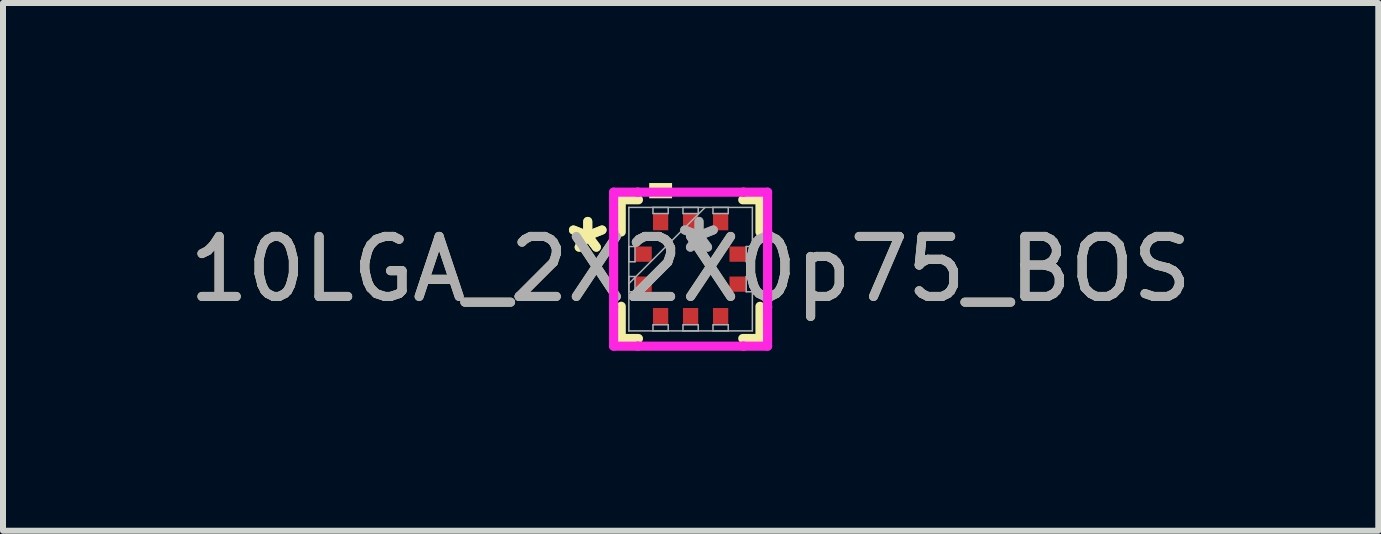
<source format=kicad_pcb>
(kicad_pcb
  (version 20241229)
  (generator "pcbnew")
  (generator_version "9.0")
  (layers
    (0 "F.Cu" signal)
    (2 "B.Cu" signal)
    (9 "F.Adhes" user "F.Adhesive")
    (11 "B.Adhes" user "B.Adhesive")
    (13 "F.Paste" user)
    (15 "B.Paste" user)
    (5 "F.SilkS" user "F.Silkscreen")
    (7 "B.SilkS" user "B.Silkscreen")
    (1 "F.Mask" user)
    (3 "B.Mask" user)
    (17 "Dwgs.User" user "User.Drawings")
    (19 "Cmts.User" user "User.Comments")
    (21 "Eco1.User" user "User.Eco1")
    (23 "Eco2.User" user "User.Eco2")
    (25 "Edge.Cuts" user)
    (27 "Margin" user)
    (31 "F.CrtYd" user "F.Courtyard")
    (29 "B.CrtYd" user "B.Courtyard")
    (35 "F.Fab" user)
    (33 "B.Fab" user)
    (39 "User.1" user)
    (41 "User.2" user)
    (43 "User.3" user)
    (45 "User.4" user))
  (footprint "10LGA_2X2X0p75_BOS"
    (layer "F.Cu")
    (at 8.458 1.435)
    (property "Reference" "10LGA_2X2X0p75_BOS" (at 0 0 0) (unlocked yes) (layer "F.SilkS") (effects (font (size 1 1) (thickness 0.15))))
    (attr smd)
    (fp_line (start -1.156 -1.156) (end -1.156 -0.619) (stroke (width 0.152) (type solid)) (layer "F.SilkS"))
    (fp_line (start -1.156 0.619) (end -1.156 1.156) (stroke (width 0.152) (type solid)) (layer "F.SilkS"))
    (fp_line (start -1.156 1.156) (end -0.869 1.156) (stroke (width 0.152) (type solid)) (layer "F.SilkS"))
    (fp_line (start -0.869 -1.156) (end -1.156 -1.156) (stroke (width 0.152) (type solid)) (layer "F.SilkS"))
    (fp_line (start 0.869 1.156) (end 1.156 1.156) (stroke (width 0.152) (type solid)) (layer "F.SilkS"))
    (fp_line (start 1.156 -1.156) (end 0.869 -1.156) (stroke (width 0.152) (type solid)) (layer "F.SilkS"))
    (fp_line (start 1.156 -0.619) (end 1.156 -1.156) (stroke (width 0.152) (type solid)) (layer "F.SilkS"))
    (fp_line (start 1.156 1.156) (end 1.156 0.619) (stroke (width 0.152) (type solid)) (layer "F.SilkS"))
    (fp_poly (pts (xy -0.69 -1.181) (xy -0.69 -1.435) (xy -0.309 -1.435) (xy -0.309 -1.181)) (stroke (width 0) (type solid)) (fill yes) (layer "F.SilkS"))
    (fp_line (start -1.283 -1.283) (end -0.881 -1.283) (stroke (width 0.152) (type solid)) (layer "F.CrtYd"))
    (fp_line (start -1.283 -0.631) (end -1.283 -1.283) (stroke (width 0.152) (type solid)) (layer "F.CrtYd"))
    (fp_line (start -1.283 -0.631) (end -1.283 -0.631) (stroke (width 0.152) (type solid)) (layer "F.CrtYd"))
    (fp_line (start -1.283 0.631) (end -1.283 -0.631) (stroke (width 0.152) (type solid)) (layer "F.CrtYd"))
    (fp_line (start -1.283 0.631) (end -1.283 0.631) (stroke (width 0.152) (type solid)) (layer "F.CrtYd"))
    (fp_line (start -1.283 1.283) (end -1.283 0.631) (stroke (width 0.152) (type solid)) (layer "F.CrtYd"))
    (fp_line (start -0.881 -1.283) (end -0.881 -1.283) (stroke (width 0.152) (type solid)) (layer "F.CrtYd"))
    (fp_line (start -0.881 -1.283) (end 0.881 -1.283) (stroke (width 0.152) (type solid)) (layer "F.CrtYd"))
    (fp_line (start -0.881 1.283) (end -1.283 1.283) (stroke (width 0.152) (type solid)) (layer "F.CrtYd"))
    (fp_line (start -0.881 1.283) (end -0.881 1.283) (stroke (width 0.152) (type solid)) (layer "F.CrtYd"))
    (fp_line (start 0.881 -1.283) (end 0.881 -1.283) (stroke (width 0.152) (type solid)) (layer "F.CrtYd"))
    (fp_line (start 0.881 -1.283) (end 1.283 -1.283) (stroke (width 0.152) (type solid)) (layer "F.CrtYd"))
    (fp_line (start 0.881 1.283) (end -0.881 1.283) (stroke (width 0.152) (type solid)) (layer "F.CrtYd"))
    (fp_line (start 0.881 1.283) (end 0.881 1.283) (stroke (width 0.152) (type solid)) (layer "F.CrtYd"))
    (fp_line (start 1.283 -1.283) (end 1.283 -0.631) (stroke (width 0.152) (type solid)) (layer "F.CrtYd"))
    (fp_line (start 1.283 -0.631) (end 1.283 -0.631) (stroke (width 0.152) (type solid)) (layer "F.CrtYd"))
    (fp_line (start 1.283 -0.631) (end 1.283 0.631) (stroke (width 0.152) (type solid)) (layer "F.CrtYd"))
    (fp_line (start 1.283 0.631) (end 1.283 0.631) (stroke (width 0.152) (type solid)) (layer "F.CrtYd"))
    (fp_line (start 1.283 0.631) (end 1.283 1.283) (stroke (width 0.152) (type solid)) (layer "F.CrtYd"))
    (fp_line (start 1.283 1.283) (end 0.881 1.283) (stroke (width 0.152) (type solid)) (layer "F.CrtYd"))
    (fp_line (start -1.029 -1.029) (end -1.029 1.029) (stroke (width 0.025) (type solid)) (layer "F.Fab"))
    (fp_line (start -1.029 -0.377) (end -0.927 -0.377) (stroke (width 0.025) (type solid)) (layer "F.Fab"))
    (fp_line (start -1.029 -0.123) (end -1.029 -0.377) (stroke (width 0.025) (type solid)) (layer "F.Fab"))
    (fp_line (start -1.029 0.123) (end -0.927 0.123) (stroke (width 0.025) (type solid)) (layer "F.Fab"))
    (fp_line (start -1.029 0.241) (end 0.241 -1.029) (stroke (width 0.025) (type solid)) (layer "F.Fab"))
    (fp_line (start -1.029 0.377) (end -1.029 0.123) (stroke (width 0.025) (type solid)) (layer "F.Fab"))
    (fp_line (start -1.029 1.029) (end 1.029 1.029) (stroke (width 0.025) (type solid)) (layer "F.Fab"))
    (fp_line (start -0.927 -0.377) (end -0.927 -0.123) (stroke (width 0.025) (type solid)) (layer "F.Fab"))
    (fp_line (start -0.927 -0.123) (end -1.029 -0.123) (stroke (width 0.025) (type solid)) (layer "F.Fab"))
    (fp_line (start -0.927 0.123) (end -0.927 0.377) (stroke (width 0.025) (type solid)) (layer "F.Fab"))
    (fp_line (start -0.927 0.377) (end -1.029 0.377) (stroke (width 0.025) (type solid)) (layer "F.Fab"))
    (fp_line (start -0.627 -1.029) (end -0.373 -1.029) (stroke (width 0.025) (type solid)) (layer "F.Fab"))
    (fp_line (start -0.627 -0.927) (end -0.627 -1.029) (stroke (width 0.025) (type solid)) (layer "F.Fab"))
    (fp_line (start -0.627 0.927) (end -0.373 0.927) (stroke (width 0.025) (type solid)) (layer "F.Fab"))
    (fp_line (start -0.627 1.029) (end -0.627 0.927) (stroke (width 0.025) (type solid)) (layer "F.Fab"))
    (fp_line (start -0.373 -1.029) (end -0.373 -0.927) (stroke (width 0.025) (type solid)) (layer "F.Fab"))
    (fp_line (start -0.373 -0.927) (end -0.627 -0.927) (stroke (width 0.025) (type solid)) (layer "F.Fab"))
    (fp_line (start -0.373 0.927) (end -0.373 1.029) (stroke (width 0.025) (type solid)) (layer "F.Fab"))
    (fp_line (start -0.373 1.029) (end -0.627 1.029) (stroke (width 0.025) (type solid)) (layer "F.Fab"))
    (fp_line (start -0.127 -1.029) (end 0.127 -1.029) (stroke (width 0.025) (type solid)) (layer "F.Fab"))
    (fp_line (start -0.127 -0.927) (end -0.127 -1.029) (stroke (width 0.025) (type solid)) (layer "F.Fab"))
    (fp_line (start -0.127 0.927) (end 0.127 0.927) (stroke (width 0.025) (type solid)) (layer "F.Fab"))
    (fp_line (start -0.127 1.029) (end -0.127 0.927) (stroke (width 0.025) (type solid)) (layer "F.Fab"))
    (fp_line (start 0.127 -1.029) (end 0.127 -0.927) (stroke (width 0.025) (type solid)) (layer "F.Fab"))
    (fp_line (start 0.127 -0.927) (end -0.127 -0.927) (stroke (width 0.025) (type solid)) (layer "F.Fab"))
    (fp_line (start 0.127 0.927) (end 0.127 1.029) (stroke (width 0.025) (type solid)) (layer "F.Fab"))
    (fp_line (start 0.127 1.029) (end -0.127 1.029) (stroke (width 0.025) (type solid)) (layer "F.Fab"))
    (fp_line (start 0.373 -1.029) (end 0.627 -1.029) (stroke (width 0.025) (type solid)) (layer "F.Fab"))
    (fp_line (start 0.373 -0.927) (end 0.373 -1.029) (stroke (width 0.025) (type solid)) (layer "F.Fab"))
    (fp_line (start 0.373 0.927) (end 0.627 0.927) (stroke (width 0.025) (type solid)) (layer "F.Fab"))
    (fp_line (start 0.373 1.029) (end 0.373 0.927) (stroke (width 0.025) (type solid)) (layer "F.Fab"))
    (fp_line (start 0.627 -1.029) (end 0.627 -0.927) (stroke (width 0.025) (type solid)) (layer "F.Fab"))
    (fp_line (start 0.627 -0.927) (end 0.373 -0.927) (stroke (width 0.025) (type solid)) (layer "F.Fab"))
    (fp_line (start 0.627 0.927) (end 0.627 1.029) (stroke (width 0.025) (type solid)) (layer "F.Fab"))
    (fp_line (start 0.627 1.029) (end 0.373 1.029) (stroke (width 0.025) (type solid)) (layer "F.Fab"))
    (fp_line (start 0.927 -0.377) (end 1.029 -0.377) (stroke (width 0.025) (type solid)) (layer "F.Fab"))
    (fp_line (start 0.927 -0.123) (end 0.927 -0.377) (stroke (width 0.025) (type solid)) (layer "F.Fab"))
    (fp_line (start 0.927 0.123) (end 1.029 0.123) (stroke (width 0.025) (type solid)) (layer "F.Fab"))
    (fp_line (start 0.927 0.377) (end 0.927 0.123) (stroke (width 0.025) (type solid)) (layer "F.Fab"))
    (fp_line (start 1.029 -1.029) (end -1.029 -1.029) (stroke (width 0.025) (type solid)) (layer "F.Fab"))
    (fp_line (start 1.029 -0.377) (end 1.029 -0.123) (stroke (width 0.025) (type solid)) (layer "F.Fab"))
    (fp_line (start 1.029 -0.123) (end 0.927 -0.123) (stroke (width 0.025) (type solid)) (layer "F.Fab"))
    (fp_line (start 1.029 0.123) (end 1.029 0.377) (stroke (width 0.025) (type solid)) (layer "F.Fab"))
    (fp_line (start 1.029 0.377) (end 0.927 0.377) (stroke (width 0.025) (type solid)) (layer "F.Fab"))
    (fp_line (start 1.029 1.029) (end 1.029 -1.029) (stroke (width 0.025) (type solid)) (layer "F.Fab"))
    (fp_text user "*" (at -1.714 -0.25 0) (layer "F.SilkS") (effects (font (size 1 1) (thickness 0.15))))
    (fp_text user "*" (at -1.714 -0.25 0) (unlocked yes) (layer "F.SilkS") (effects (font (size 1 1) (thickness 0.15))))
    (fp_text user "*" (at 0.14 -0.25 0) (layer "F.Fab") (effects (font (size 1 1) (thickness 0.15))))
    (fp_text user "*" (at 0.14 -0.25 0) (unlocked yes) (layer "F.Fab") (effects (font (size 1 1) (thickness 0.15))))
    (fp_text user "${REFERENCE}" (at 0 0 0) (unlocked yes) (layer "F.Fab") (effects (font (size 1 1) (thickness 0.15))))
    (pad "1" smd rect (at -0.787 -0.25 90) (size 0.254 0.279) (layers "F.Cu" "F.Mask" "F.Paste"))
    (pad "2" smd rect (at -0.787 0.25 90) (size 0.254 0.279) (layers "F.Cu" "F.Mask" "F.Paste"))
    (pad "3" smd rect (at -0.5 0.787) (size 0.254 0.279) (layers "F.Cu" "F.Mask" "F.Paste"))
    (pad "4" smd rect (at 0 0.787) (size 0.254 0.279) (layers "F.Cu" "F.Mask" "F.Paste"))
    (pad "5" smd rect (at 0.5 0.787) (size 0.254 0.279) (layers "F.Cu" "F.Mask" "F.Paste"))
    (pad "6" smd rect (at 0.787 0.25 90) (size 0.254 0.279) (layers "F.Cu" "F.Mask" "F.Paste"))
    (pad "7" smd rect (at 0.787 -0.25 90) (size 0.254 0.279) (layers "F.Cu" "F.Mask" "F.Paste"))
    (pad "8" smd rect (at 0.5 -0.787) (size 0.254 0.279) (layers "F.Cu" "F.Mask" "F.Paste"))
    (pad "9" smd rect (at 0 -0.787) (size 0.254 0.279) (layers "F.Cu" "F.Mask" "F.Paste"))
    (pad "10" smd rect (at -0.5 -0.787) (size 0.254 0.279) (layers "F.Cu" "F.Mask" "F.Paste")))
  (gr_rect
    (start -3 -3)
    (end 19.917 5.794)
    (stroke (width 0.1) (type default))
    (fill no)
    (layer "Edge.Cuts")))
</source>
